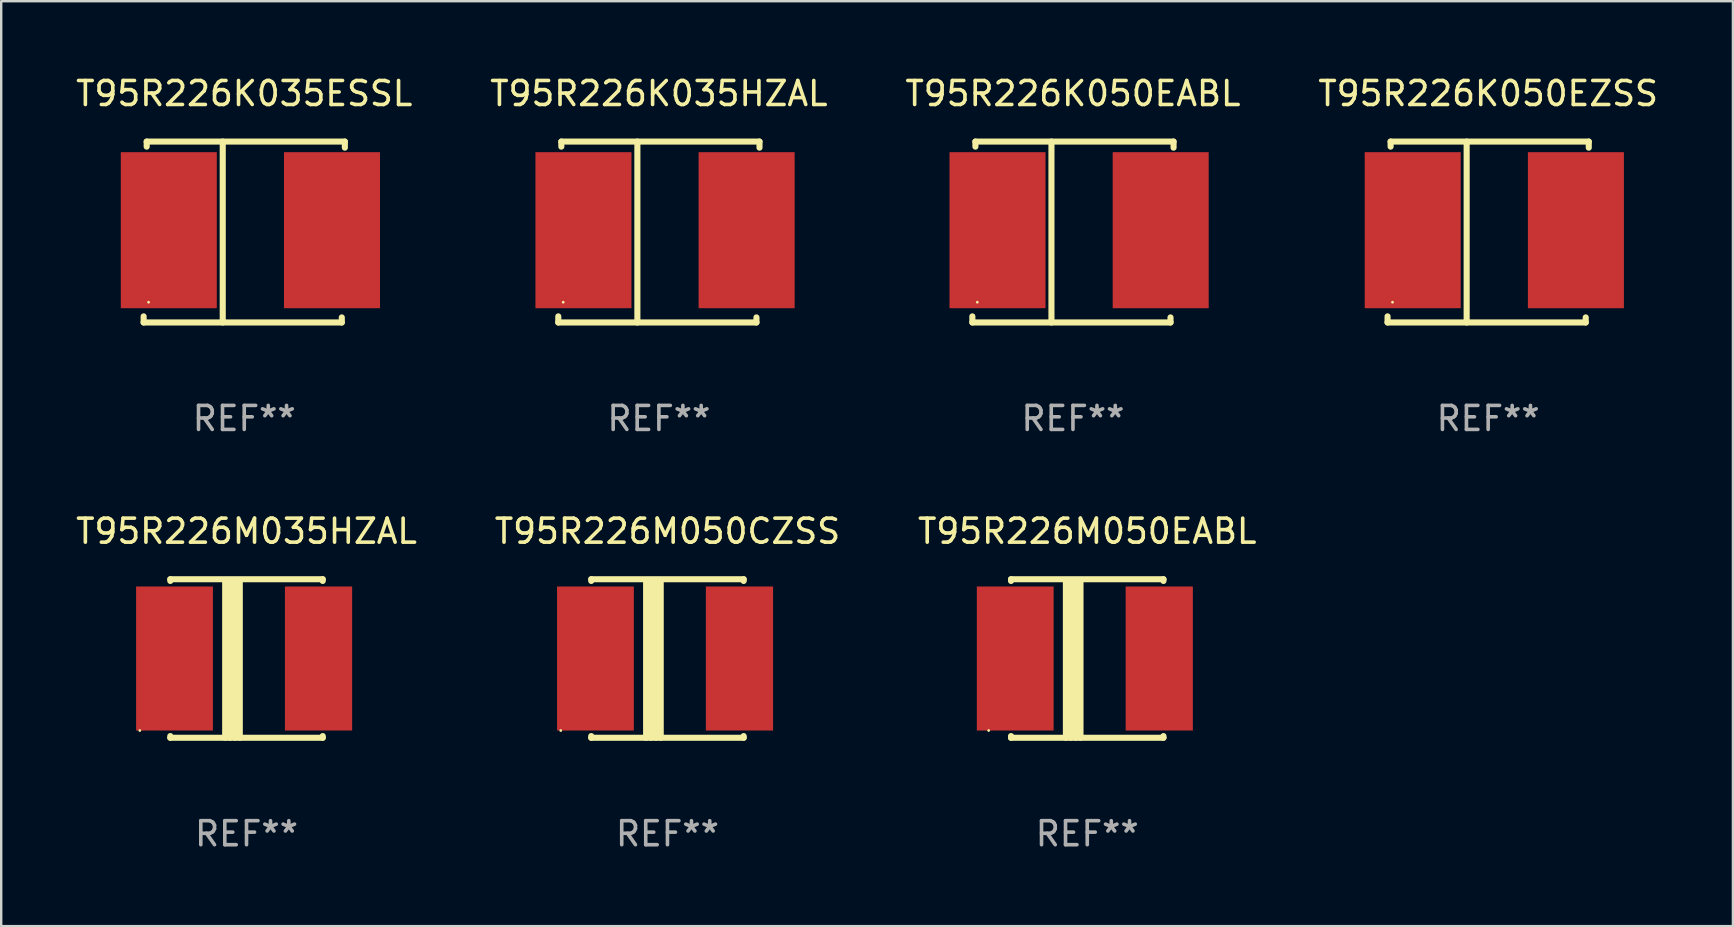
<source format=kicad_pcb>
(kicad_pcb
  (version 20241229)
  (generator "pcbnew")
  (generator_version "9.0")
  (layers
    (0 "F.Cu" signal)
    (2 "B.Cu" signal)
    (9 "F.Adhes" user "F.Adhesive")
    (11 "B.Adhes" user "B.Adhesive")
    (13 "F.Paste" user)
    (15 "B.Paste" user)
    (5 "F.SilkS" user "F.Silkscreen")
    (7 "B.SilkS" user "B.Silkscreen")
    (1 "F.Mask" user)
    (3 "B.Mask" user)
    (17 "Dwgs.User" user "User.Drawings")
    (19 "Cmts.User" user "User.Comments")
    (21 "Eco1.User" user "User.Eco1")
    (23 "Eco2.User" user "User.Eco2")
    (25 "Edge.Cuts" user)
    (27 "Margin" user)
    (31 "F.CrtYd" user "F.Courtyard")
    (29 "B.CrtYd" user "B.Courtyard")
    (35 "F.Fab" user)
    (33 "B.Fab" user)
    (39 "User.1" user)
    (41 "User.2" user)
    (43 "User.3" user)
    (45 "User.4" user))
  (footprint "T95R226M050EABL"
    (layer "F.Cu")
    (at 42.244 24.383)
    (property "Reference" "T95R226M050EABL" (at 0 -5.302 0) (layer "F.SilkS") (effects (font (size 1 1) (thickness 0.15))))
    (attr through_hole)
    (fp_line (start -3.175 -3.231) (end -3.175 -3.302) (stroke (width 0.254) (type solid)) (layer "F.SilkS"))
    (fp_line (start -3.175 3.302) (end -3.175 3.231) (stroke (width 0.254) (type solid)) (layer "F.SilkS"))
    (fp_line (start -3.175 3.302) (end 3.175 3.302) (stroke (width 0.254) (type solid)) (layer "F.SilkS"))
    (fp_line (start -0.889 -3.175) (end -0.889 3.302) (stroke (width 0.254) (type solid)) (layer "F.SilkS"))
    (fp_line (start -0.688 -3.175) (end -0.688 3.302) (stroke (width 0.254) (type solid)) (layer "F.SilkS"))
    (fp_line (start -0.478 -3.175) (end -0.478 3.302) (stroke (width 0.254) (type solid)) (layer "F.SilkS"))
    (fp_line (start -0.281 -3.175) (end -0.281 3.302) (stroke (width 0.254) (type solid)) (layer "F.SilkS"))
    (fp_line (start 3.175 -3.302) (end -3.175 -3.302) (stroke (width 0.254) (type solid)) (layer "F.SilkS"))
    (fp_line (start 3.175 -3.302) (end 3.175 -3.231) (stroke (width 0.254) (type solid)) (layer "F.SilkS"))
    (fp_line (start 3.175 3.231) (end 3.175 3.302) (stroke (width 0.254) (type solid)) (layer "F.SilkS"))
    (fp_circle (center -4.106 3) (end -4.076 3) (stroke (width 0.06) (type solid)) (fill no) (layer "F.SilkS"))
    (fp_text user "REF**" (at 0 7.302 0) (layer "F.Fab") (effects (font (size 1 1) (thickness 0.15))))
    (pad "1" smd rect (at -3 -0.000025) (size 3.2 6) (layers "F.Cu" "F.Mask" "F.Paste"))
    (pad "2" smd rect (at 3 -0.000025) (size 2.8 6) (layers "F.Cu" "F.Mask" "F.Paste")))
  (footprint "T95R226K035ESSL"
    (layer "F.Cu")
    (at 7.125 6.616)
    (property "Reference" "T95R226K035ESSL" (at 0 -5.768 0) (layer "F.SilkS") (effects (font (size 1 1) (thickness 0.15))))
    (attr through_hole)
    (fp_line (start -4.191 3.768) (end -4.191 3.514) (stroke (width 0.254) (type solid)) (layer "F.SilkS"))
    (fp_line (start -4.064 -3.768) (end 4.191 -3.768) (stroke (width 0.254) (type solid)) (layer "F.SilkS"))
    (fp_line (start -4.064 -3.557) (end -4.064 -3.768) (stroke (width 0.254) (type solid)) (layer "F.SilkS"))
    (fp_line (start -0.896 -3.768) (end -0.896 3.768) (stroke (width 0.254) (type solid)) (layer "F.SilkS"))
    (fp_line (start 4.064 3.557) (end 4.064 3.768) (stroke (width 0.254) (type solid)) (layer "F.SilkS"))
    (fp_line (start 4.064 3.768) (end -4.191 3.768) (stroke (width 0.254) (type solid)) (layer "F.SilkS"))
    (fp_line (start 4.191 -3.768) (end 4.191 -3.514) (stroke (width 0.254) (type solid)) (layer "F.SilkS"))
    (fp_circle (center -3.985 2.924) (end -3.955 2.924) (stroke (width 0.06) (type solid)) (fill no) (layer "F.SilkS"))
    (fp_text user "REF**" (at 0 7.768 0) (layer "F.Fab") (effects (font (size 1 1) (thickness 0.15))))
    (pad "1" smd rect (at -3.143 -0.076 270) (size 6.5 4) (layers "F.Cu" "F.Mask" "F.Paste"))
    (pad "2" smd rect (at 3.655 -0.076 270) (size 6.5 4) (layers "F.Cu" "F.Mask" "F.Paste")))
  (footprint "T95R226K050EABL"
    (layer "F.Cu")
    (at 41.649 6.616)
    (property "Reference" "T95R226K050EABL" (at 0 -5.768 0) (layer "F.SilkS") (effects (font (size 1 1) (thickness 0.15))))
    (attr through_hole)
    (fp_line (start -4.191 3.768) (end -4.191 3.514) (stroke (width 0.254) (type solid)) (layer "F.SilkS"))
    (fp_line (start -4.064 -3.768) (end 4.191 -3.768) (stroke (width 0.254) (type solid)) (layer "F.SilkS"))
    (fp_line (start -4.064 -3.557) (end -4.064 -3.768) (stroke (width 0.254) (type solid)) (layer "F.SilkS"))
    (fp_line (start -0.896 -3.768) (end -0.896 3.768) (stroke (width 0.254) (type solid)) (layer "F.SilkS"))
    (fp_line (start 4.064 3.557) (end 4.064 3.768) (stroke (width 0.254) (type solid)) (layer "F.SilkS"))
    (fp_line (start 4.064 3.768) (end -4.191 3.768) (stroke (width 0.254) (type solid)) (layer "F.SilkS"))
    (fp_line (start 4.191 -3.768) (end 4.191 -3.514) (stroke (width 0.254) (type solid)) (layer "F.SilkS"))
    (fp_circle (center -3.985 2.924) (end -3.955 2.924) (stroke (width 0.06) (type solid)) (fill no) (layer "F.SilkS"))
    (fp_text user "REF**" (at 0 7.768 0) (layer "F.Fab") (effects (font (size 1 1) (thickness 0.15))))
    (pad "1" smd rect (at -3.143 -0.076 270) (size 6.5 4) (layers "F.Cu" "F.Mask" "F.Paste"))
    (pad "2" smd rect (at 3.655 -0.076 270) (size 6.5 4) (layers "F.Cu" "F.Mask" "F.Paste")))
  (footprint "T95R226K050EZSS"
    (layer "F.Cu")
    (at 58.946 6.616)
    (property "Reference" "T95R226K050EZSS" (at 0 -5.768 0) (layer "F.SilkS") (effects (font (size 1 1) (thickness 0.15))))
    (attr through_hole)
    (fp_line (start -4.191 3.768) (end -4.191 3.514) (stroke (width 0.254) (type solid)) (layer "F.SilkS"))
    (fp_line (start -4.064 -3.768) (end 4.191 -3.768) (stroke (width 0.254) (type solid)) (layer "F.SilkS"))
    (fp_line (start -4.064 -3.557) (end -4.064 -3.768) (stroke (width 0.254) (type solid)) (layer "F.SilkS"))
    (fp_line (start -0.896 -3.768) (end -0.896 3.768) (stroke (width 0.254) (type solid)) (layer "F.SilkS"))
    (fp_line (start 4.064 3.557) (end 4.064 3.768) (stroke (width 0.254) (type solid)) (layer "F.SilkS"))
    (fp_line (start 4.064 3.768) (end -4.191 3.768) (stroke (width 0.254) (type solid)) (layer "F.SilkS"))
    (fp_line (start 4.191 -3.768) (end 4.191 -3.514) (stroke (width 0.254) (type solid)) (layer "F.SilkS"))
    (fp_circle (center -3.985 2.924) (end -3.955 2.924) (stroke (width 0.06) (type solid)) (fill no) (layer "F.SilkS"))
    (fp_text user "REF**" (at 0 7.768 0) (layer "F.Fab") (effects (font (size 1 1) (thickness 0.15))))
    (pad "1" smd rect (at -3.143 -0.076 270) (size 6.5 4) (layers "F.Cu" "F.Mask" "F.Paste"))
    (pad "2" smd rect (at 3.655 -0.076 270) (size 6.5 4) (layers "F.Cu" "F.Mask" "F.Paste")))
  (footprint "T95R226M035HZAL"
    (layer "F.Cu")
    (at 7.22 24.383)
    (property "Reference" "T95R226M035HZAL" (at 0 -5.302 0) (layer "F.SilkS") (effects (font (size 1 1) (thickness 0.15))))
    (attr through_hole)
    (fp_line (start -3.175 -3.231) (end -3.175 -3.302) (stroke (width 0.254) (type solid)) (layer "F.SilkS"))
    (fp_line (start -3.175 3.302) (end -3.175 3.231) (stroke (width 0.254) (type solid)) (layer "F.SilkS"))
    (fp_line (start -3.175 3.302) (end 3.175 3.302) (stroke (width 0.254) (type solid)) (layer "F.SilkS"))
    (fp_line (start -0.889 -3.175) (end -0.889 3.302) (stroke (width 0.254) (type solid)) (layer "F.SilkS"))
    (fp_line (start -0.688 -3.175) (end -0.688 3.302) (stroke (width 0.254) (type solid)) (layer "F.SilkS"))
    (fp_line (start -0.478 -3.175) (end -0.478 3.302) (stroke (width 0.254) (type solid)) (layer "F.SilkS"))
    (fp_line (start -0.281 -3.175) (end -0.281 3.302) (stroke (width 0.254) (type solid)) (layer "F.SilkS"))
    (fp_line (start 3.175 -3.302) (end -3.175 -3.302) (stroke (width 0.254) (type solid)) (layer "F.SilkS"))
    (fp_line (start 3.175 -3.302) (end 3.175 -3.231) (stroke (width 0.254) (type solid)) (layer "F.SilkS"))
    (fp_line (start 3.175 3.231) (end 3.175 3.302) (stroke (width 0.254) (type solid)) (layer "F.SilkS"))
    (fp_circle (center -4.445 3) (end -4.415 3) (stroke (width 0.06) (type solid)) (fill no) (layer "F.SilkS"))
    (fp_text user "REF**" (at 0 7.302 0) (layer "F.Fab") (effects (font (size 1 1) (thickness 0.15))))
    (pad "1" smd rect (at -3 0) (size 3.2 6) (layers "F.Cu" "F.Mask" "F.Paste"))
    (pad "2" smd rect (at 3 0) (size 2.8 6) (layers "F.Cu" "F.Mask" "F.Paste")))
  (footprint "T95R226M050CZSS"
    (layer "F.Cu")
    (at 24.756 24.383)
    (property "Reference" "T95R226M050CZSS" (at 0 -5.302 0) (layer "F.SilkS") (effects (font (size 1 1) (thickness 0.15))))
    (attr through_hole)
    (fp_line (start -3.175 -3.231) (end -3.175 -3.302) (stroke (width 0.254) (type solid)) (layer "F.SilkS"))
    (fp_line (start -3.175 3.302) (end -3.175 3.231) (stroke (width 0.254) (type solid)) (layer "F.SilkS"))
    (fp_line (start -3.175 3.302) (end 3.175 3.302) (stroke (width 0.254) (type solid)) (layer "F.SilkS"))
    (fp_line (start -0.889 -3.175) (end -0.889 3.302) (stroke (width 0.254) (type solid)) (layer "F.SilkS"))
    (fp_line (start -0.688 -3.175) (end -0.688 3.302) (stroke (width 0.254) (type solid)) (layer "F.SilkS"))
    (fp_line (start -0.478 -3.175) (end -0.478 3.302) (stroke (width 0.254) (type solid)) (layer "F.SilkS"))
    (fp_line (start -0.281 -3.175) (end -0.281 3.302) (stroke (width 0.254) (type solid)) (layer "F.SilkS"))
    (fp_line (start 3.175 -3.302) (end -3.175 -3.302) (stroke (width 0.254) (type solid)) (layer "F.SilkS"))
    (fp_line (start 3.175 -3.302) (end 3.175 -3.231) (stroke (width 0.254) (type solid)) (layer "F.SilkS"))
    (fp_line (start 3.175 3.231) (end 3.175 3.302) (stroke (width 0.254) (type solid)) (layer "F.SilkS"))
    (fp_circle (center -4.445 3) (end -4.415 3) (stroke (width 0.06) (type solid)) (fill no) (layer "F.SilkS"))
    (fp_text user "REF**" (at 0 7.302 0) (layer "F.Fab") (effects (font (size 1 1) (thickness 0.15))))
    (pad "1" smd rect (at -3 0) (size 3.2 6) (layers "F.Cu" "F.Mask" "F.Paste"))
    (pad "2" smd rect (at 3 0) (size 2.8 6) (layers "F.Cu" "F.Mask" "F.Paste")))
  (footprint "T95R226K035HZAL"
    (layer "F.Cu")
    (at 24.399 6.616)
    (property "Reference" "T95R226K035HZAL" (at 0 -5.768 0) (layer "F.SilkS") (effects (font (size 1 1) (thickness 0.15))))
    (attr through_hole)
    (fp_line (start -4.191 3.768) (end -4.191 3.514) (stroke (width 0.254) (type solid)) (layer "F.SilkS"))
    (fp_line (start -4.064 -3.768) (end 4.191 -3.768) (stroke (width 0.254) (type solid)) (layer "F.SilkS"))
    (fp_line (start -4.064 -3.557) (end -4.064 -3.768) (stroke (width 0.254) (type solid)) (layer "F.SilkS"))
    (fp_line (start -0.896 -3.768) (end -0.896 3.768) (stroke (width 0.254) (type solid)) (layer "F.SilkS"))
    (fp_line (start 4.064 3.557) (end 4.064 3.768) (stroke (width 0.254) (type solid)) (layer "F.SilkS"))
    (fp_line (start 4.064 3.768) (end -4.191 3.768) (stroke (width 0.254) (type solid)) (layer "F.SilkS"))
    (fp_line (start 4.191 -3.768) (end 4.191 -3.514) (stroke (width 0.254) (type solid)) (layer "F.SilkS"))
    (fp_circle (center -3.985 2.924) (end -3.955 2.924) (stroke (width 0.06) (type solid)) (fill no) (layer "F.SilkS"))
    (fp_text user "REF**" (at 0 7.768 0) (layer "F.Fab") (effects (font (size 1 1) (thickness 0.15))))
    (pad "1" smd rect (at -3.143 -0.076 270) (size 6.5 4) (layers "F.Cu" "F.Mask" "F.Paste"))
    (pad "2" smd rect (at 3.655 -0.076 270) (size 6.5 4) (layers "F.Cu" "F.Mask" "F.Paste")))
  (gr_rect
    (start -3 -3)
    (end 69.143 35.533)
    (stroke (width 0.1) (type default))
    (fill no)
    (layer "Edge.Cuts")))
</source>
